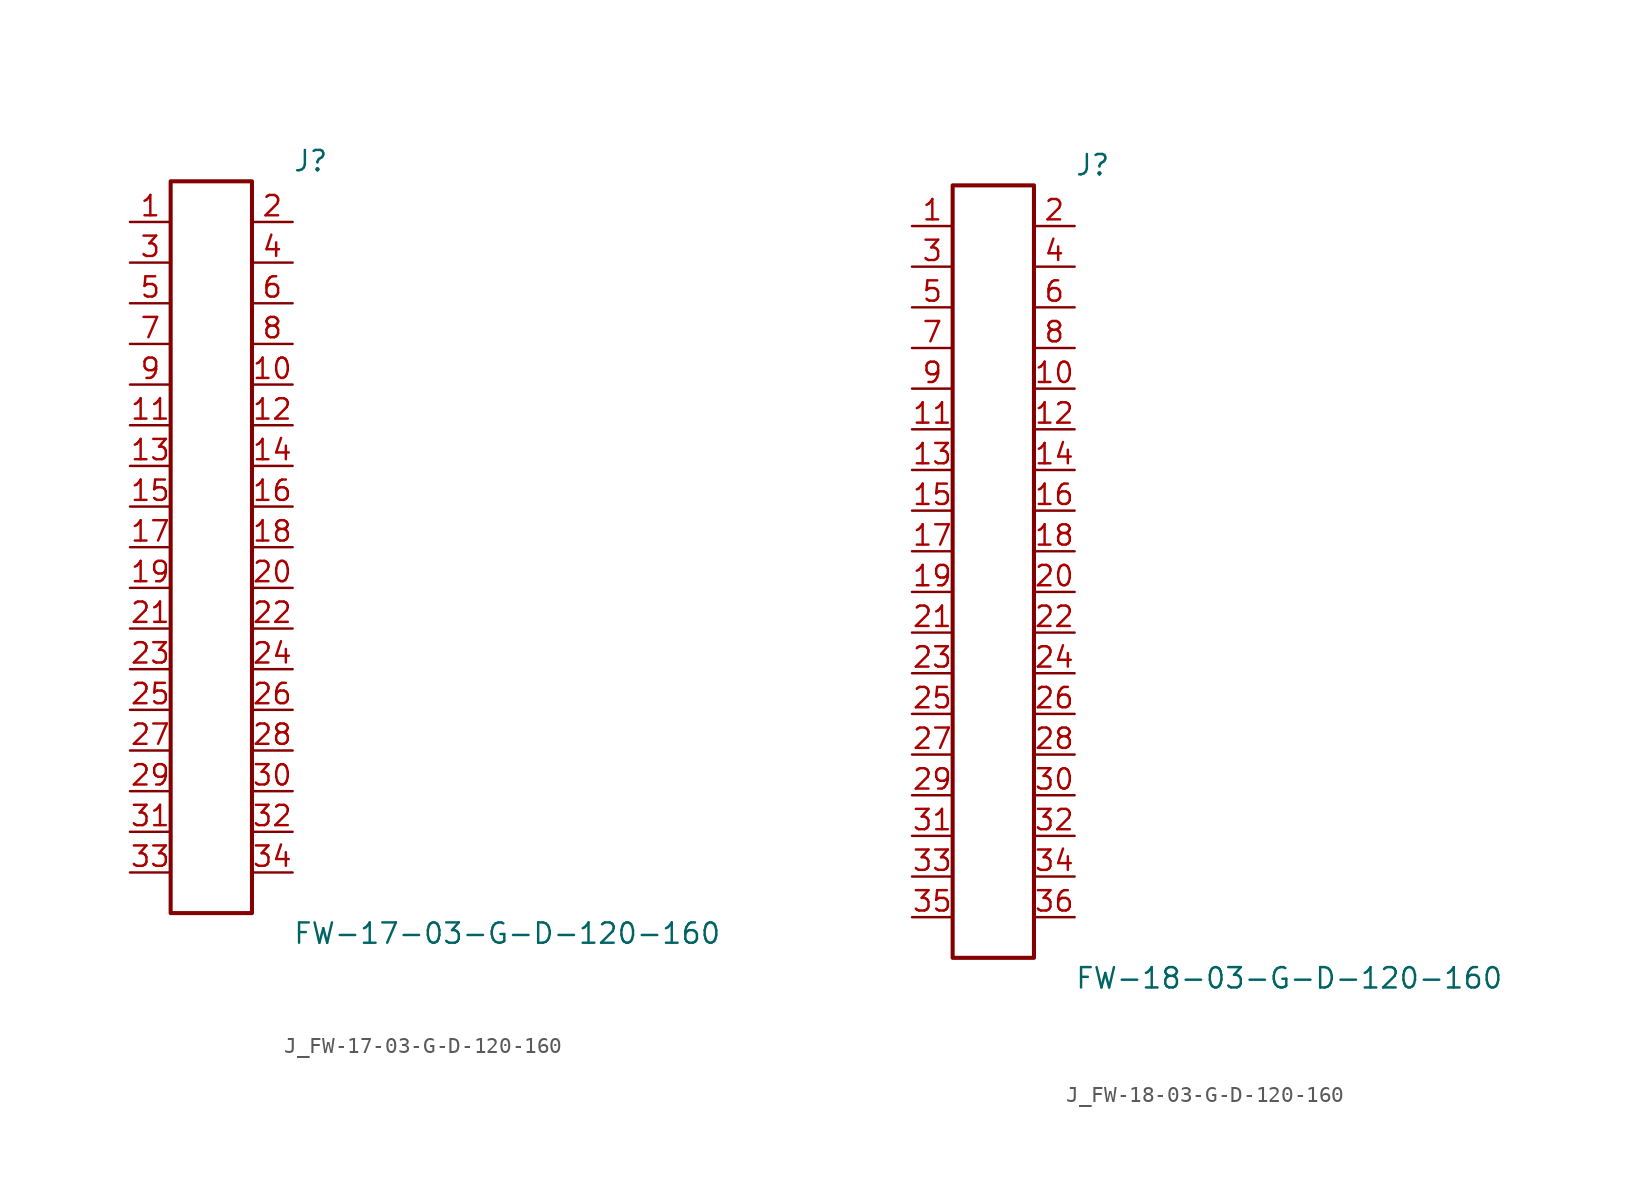
<source format=kicad_sym>
(kicad_symbol_lib
  (version 20231120)
  (generator kicad_symbol_editor)
  (generator_version 8.0)
  (symbol "J_FW-17-03-G-D-120-160"
    (pin_names
      (offset 0.254))
    (property "Reference" "J"
      (at 5.08 24.13 0)
      (effects (font (size 1.27 1.27)) (justify left)))
    (property "Value" "FW-17-03-G-D-120-160"
      (at 5.08 -24.13 0)
      (effects (font (size 1.27 1.27)) (justify left)))
    (symbol "J_FW-17-03-G-D-120-160_0_0"
      (pin passive line (at -5.08 20.32 0) (length 2.54) (name "" (effects (font (size 1.27 1.27)))) (number "1" (effects (font (size 1.27 1.27)))))
      (pin passive line (at 5.08 20.32 180) (length 2.54) (name "" (effects (font (size 1.27 1.27)))) (number "2" (effects (font (size 1.27 1.27)))))
      (pin passive line (at -5.08 17.78 0) (length 2.54) (name "" (effects (font (size 1.27 1.27)))) (number "3" (effects (font (size 1.27 1.27)))))
      (pin passive line (at 5.08 17.78 180) (length 2.54) (name "" (effects (font (size 1.27 1.27)))) (number "4" (effects (font (size 1.27 1.27)))))
      (pin passive line (at -5.08 15.24 0) (length 2.54) (name "" (effects (font (size 1.27 1.27)))) (number "5" (effects (font (size 1.27 1.27)))))
      (pin passive line (at 5.08 15.24 180) (length 2.54) (name "" (effects (font (size 1.27 1.27)))) (number "6" (effects (font (size 1.27 1.27)))))
      (pin passive line (at -5.08 12.7 0) (length 2.54) (name "" (effects (font (size 1.27 1.27)))) (number "7" (effects (font (size 1.27 1.27)))))
      (pin passive line (at 5.08 12.7 180) (length 2.54) (name "" (effects (font (size 1.27 1.27)))) (number "8" (effects (font (size 1.27 1.27)))))
      (pin passive line (at -5.08 10.16 0) (length 2.54) (name "" (effects (font (size 1.27 1.27)))) (number "9" (effects (font (size 1.27 1.27)))))
      (pin passive line (at 5.08 10.16 180) (length 2.54) (name "" (effects (font (size 1.27 1.27)))) (number "10" (effects (font (size 1.27 1.27)))))
      (pin passive line (at -5.08 7.62 0) (length 2.54) (name "" (effects (font (size 1.27 1.27)))) (number "11" (effects (font (size 1.27 1.27)))))
      (pin passive line (at 5.08 7.62 180) (length 2.54) (name "" (effects (font (size 1.27 1.27)))) (number "12" (effects (font (size 1.27 1.27)))))
      (pin passive line (at -5.08 5.08 0) (length 2.54) (name "" (effects (font (size 1.27 1.27)))) (number "13" (effects (font (size 1.27 1.27)))))
      (pin passive line (at 5.08 5.08 180) (length 2.54) (name "" (effects (font (size 1.27 1.27)))) (number "14" (effects (font (size 1.27 1.27)))))
      (pin passive line (at -5.08 2.54 0) (length 2.54) (name "" (effects (font (size 1.27 1.27)))) (number "15" (effects (font (size 1.27 1.27)))))
      (pin passive line (at 5.08 2.54 180) (length 2.54) (name "" (effects (font (size 1.27 1.27)))) (number "16" (effects (font (size 1.27 1.27)))))
      (pin passive line (at -5.08 0.0 0) (length 2.54) (name "" (effects (font (size 1.27 1.27)))) (number "17" (effects (font (size 1.27 1.27)))))
      (pin passive line (at 5.08 0.0 180) (length 2.54) (name "" (effects (font (size 1.27 1.27)))) (number "18" (effects (font (size 1.27 1.27)))))
      (pin passive line (at -5.08 -2.54 0) (length 2.54) (name "" (effects (font (size 1.27 1.27)))) (number "19" (effects (font (size 1.27 1.27)))))
      (pin passive line (at 5.08 -2.54 180) (length 2.54) (name "" (effects (font (size 1.27 1.27)))) (number "20" (effects (font (size 1.27 1.27)))))
      (pin passive line (at -5.08 -5.08 0) (length 2.54) (name "" (effects (font (size 1.27 1.27)))) (number "21" (effects (font (size 1.27 1.27)))))
      (pin passive line (at 5.08 -5.08 180) (length 2.54) (name "" (effects (font (size 1.27 1.27)))) (number "22" (effects (font (size 1.27 1.27)))))
      (pin passive line (at -5.08 -7.62 0) (length 2.54) (name "" (effects (font (size 1.27 1.27)))) (number "23" (effects (font (size 1.27 1.27)))))
      (pin passive line (at 5.08 -7.62 180) (length 2.54) (name "" (effects (font (size 1.27 1.27)))) (number "24" (effects (font (size 1.27 1.27)))))
      (pin passive line (at -5.08 -10.16 0) (length 2.54) (name "" (effects (font (size 1.27 1.27)))) (number "25" (effects (font (size 1.27 1.27)))))
      (pin passive line (at 5.08 -10.16 180) (length 2.54) (name "" (effects (font (size 1.27 1.27)))) (number "26" (effects (font (size 1.27 1.27)))))
      (pin passive line (at -5.08 -12.7 0) (length 2.54) (name "" (effects (font (size 1.27 1.27)))) (number "27" (effects (font (size 1.27 1.27)))))
      (pin passive line (at 5.08 -12.7 180) (length 2.54) (name "" (effects (font (size 1.27 1.27)))) (number "28" (effects (font (size 1.27 1.27)))))
      (pin passive line (at -5.08 -15.24 0) (length 2.54) (name "" (effects (font (size 1.27 1.27)))) (number "29" (effects (font (size 1.27 1.27)))))
      (pin passive line (at 5.08 -15.24 180) (length 2.54) (name "" (effects (font (size 1.27 1.27)))) (number "30" (effects (font (size 1.27 1.27)))))
      (pin passive line (at -5.08 -17.78 0) (length 2.54) (name "" (effects (font (size 1.27 1.27)))) (number "31" (effects (font (size 1.27 1.27)))))
      (pin passive line (at 5.08 -17.78 180) (length 2.54) (name "" (effects (font (size 1.27 1.27)))) (number "32" (effects (font (size 1.27 1.27)))))
      (pin passive line (at -5.08 -20.32 0) (length 2.54) (name "" (effects (font (size 1.27 1.27)))) (number "33" (effects (font (size 1.27 1.27)))))
      (pin passive line (at 5.08 -20.32 180) (length 2.54) (name "" (effects (font (size 1.27 1.27)))) (number "34" (effects (font (size 1.27 1.27))))))
    (symbol "J_FW-17-03-G-D-120-160_1_0"
      (rectangle (start -2.54 22.86) (end 2.54 -22.86) (stroke (width 0.254) (type solid)) (fill (type none)))))
  (symbol "J_FW-18-03-G-D-120-160"
    (pin_names
      (offset 0.254))
    (property "Reference" "J"
      (at 5.08 25.4 0)
      (effects (font (size 1.27 1.27)) (justify left)))
    (property "Value" "FW-18-03-G-D-120-160"
      (at 5.08 -25.4 0)
      (effects (font (size 1.27 1.27)) (justify left)))
    (symbol "J_FW-18-03-G-D-120-160_0_0"
      (pin passive line (at -5.08 21.59 0) (length 2.54) (name "" (effects (font (size 1.27 1.27)))) (number "1" (effects (font (size 1.27 1.27)))))
      (pin passive line (at 5.08 21.59 180) (length 2.54) (name "" (effects (font (size 1.27 1.27)))) (number "2" (effects (font (size 1.27 1.27)))))
      (pin passive line (at -5.08 19.05 0) (length 2.54) (name "" (effects (font (size 1.27 1.27)))) (number "3" (effects (font (size 1.27 1.27)))))
      (pin passive line (at 5.08 19.05 180) (length 2.54) (name "" (effects (font (size 1.27 1.27)))) (number "4" (effects (font (size 1.27 1.27)))))
      (pin passive line (at -5.08 16.51 0) (length 2.54) (name "" (effects (font (size 1.27 1.27)))) (number "5" (effects (font (size 1.27 1.27)))))
      (pin passive line (at 5.08 16.51 180) (length 2.54) (name "" (effects (font (size 1.27 1.27)))) (number "6" (effects (font (size 1.27 1.27)))))
      (pin passive line (at -5.08 13.97 0) (length 2.54) (name "" (effects (font (size 1.27 1.27)))) (number "7" (effects (font (size 1.27 1.27)))))
      (pin passive line (at 5.08 13.97 180) (length 2.54) (name "" (effects (font (size 1.27 1.27)))) (number "8" (effects (font (size 1.27 1.27)))))
      (pin passive line (at -5.08 11.43 0) (length 2.54) (name "" (effects (font (size 1.27 1.27)))) (number "9" (effects (font (size 1.27 1.27)))))
      (pin passive line (at 5.08 11.43 180) (length 2.54) (name "" (effects (font (size 1.27 1.27)))) (number "10" (effects (font (size 1.27 1.27)))))
      (pin passive line (at -5.08 8.89 0) (length 2.54) (name "" (effects (font (size 1.27 1.27)))) (number "11" (effects (font (size 1.27 1.27)))))
      (pin passive line (at 5.08 8.89 180) (length 2.54) (name "" (effects (font (size 1.27 1.27)))) (number "12" (effects (font (size 1.27 1.27)))))
      (pin passive line (at -5.08 6.35 0) (length 2.54) (name "" (effects (font (size 1.27 1.27)))) (number "13" (effects (font (size 1.27 1.27)))))
      (pin passive line (at 5.08 6.35 180) (length 2.54) (name "" (effects (font (size 1.27 1.27)))) (number "14" (effects (font (size 1.27 1.27)))))
      (pin passive line (at -5.08 3.81 0) (length 2.54) (name "" (effects (font (size 1.27 1.27)))) (number "15" (effects (font (size 1.27 1.27)))))
      (pin passive line (at 5.08 3.81 180) (length 2.54) (name "" (effects (font (size 1.27 1.27)))) (number "16" (effects (font (size 1.27 1.27)))))
      (pin passive line (at -5.08 1.27 0) (length 2.54) (name "" (effects (font (size 1.27 1.27)))) (number "17" (effects (font (size 1.27 1.27)))))
      (pin passive line (at 5.08 1.27 180) (length 2.54) (name "" (effects (font (size 1.27 1.27)))) (number "18" (effects (font (size 1.27 1.27)))))
      (pin passive line (at -5.08 -1.27 0) (length 2.54) (name "" (effects (font (size 1.27 1.27)))) (number "19" (effects (font (size 1.27 1.27)))))
      (pin passive line (at 5.08 -1.27 180) (length 2.54) (name "" (effects (font (size 1.27 1.27)))) (number "20" (effects (font (size 1.27 1.27)))))
      (pin passive line (at -5.08 -3.81 0) (length 2.54) (name "" (effects (font (size 1.27 1.27)))) (number "21" (effects (font (size 1.27 1.27)))))
      (pin passive line (at 5.08 -3.81 180) (length 2.54) (name "" (effects (font (size 1.27 1.27)))) (number "22" (effects (font (size 1.27 1.27)))))
      (pin passive line (at -5.08 -6.35 0) (length 2.54) (name "" (effects (font (size 1.27 1.27)))) (number "23" (effects (font (size 1.27 1.27)))))
      (pin passive line (at 5.08 -6.35 180) (length 2.54) (name "" (effects (font (size 1.27 1.27)))) (number "24" (effects (font (size 1.27 1.27)))))
      (pin passive line (at -5.08 -8.89 0) (length 2.54) (name "" (effects (font (size 1.27 1.27)))) (number "25" (effects (font (size 1.27 1.27)))))
      (pin passive line (at 5.08 -8.89 180) (length 2.54) (name "" (effects (font (size 1.27 1.27)))) (number "26" (effects (font (size 1.27 1.27)))))
      (pin passive line (at -5.08 -11.43 0) (length 2.54) (name "" (effects (font (size 1.27 1.27)))) (number "27" (effects (font (size 1.27 1.27)))))
      (pin passive line (at 5.08 -11.43 180) (length 2.54) (name "" (effects (font (size 1.27 1.27)))) (number "28" (effects (font (size 1.27 1.27)))))
      (pin passive line (at -5.08 -13.97 0) (length 2.54) (name "" (effects (font (size 1.27 1.27)))) (number "29" (effects (font (size 1.27 1.27)))))
      (pin passive line (at 5.08 -13.97 180) (length 2.54) (name "" (effects (font (size 1.27 1.27)))) (number "30" (effects (font (size 1.27 1.27)))))
      (pin passive line (at -5.08 -16.51 0) (length 2.54) (name "" (effects (font (size 1.27 1.27)))) (number "31" (effects (font (size 1.27 1.27)))))
      (pin passive line (at 5.08 -16.51 180) (length 2.54) (name "" (effects (font (size 1.27 1.27)))) (number "32" (effects (font (size 1.27 1.27)))))
      (pin passive line (at -5.08 -19.05 0) (length 2.54) (name "" (effects (font (size 1.27 1.27)))) (number "33" (effects (font (size 1.27 1.27)))))
      (pin passive line (at 5.08 -19.05 180) (length 2.54) (name "" (effects (font (size 1.27 1.27)))) (number "34" (effects (font (size 1.27 1.27)))))
      (pin passive line (at -5.08 -21.59 0) (length 2.54) (name "" (effects (font (size 1.27 1.27)))) (number "35" (effects (font (size 1.27 1.27)))))
      (pin passive line (at 5.08 -21.59 180) (length 2.54) (name "" (effects (font (size 1.27 1.27)))) (number "36" (effects (font (size 1.27 1.27))))))
    (symbol "J_FW-18-03-G-D-120-160_1_0"
      (rectangle (start -2.54 24.13) (end 2.54 -24.13) (stroke (width 0.254) (type solid)) (fill (type none))))))
</source>
